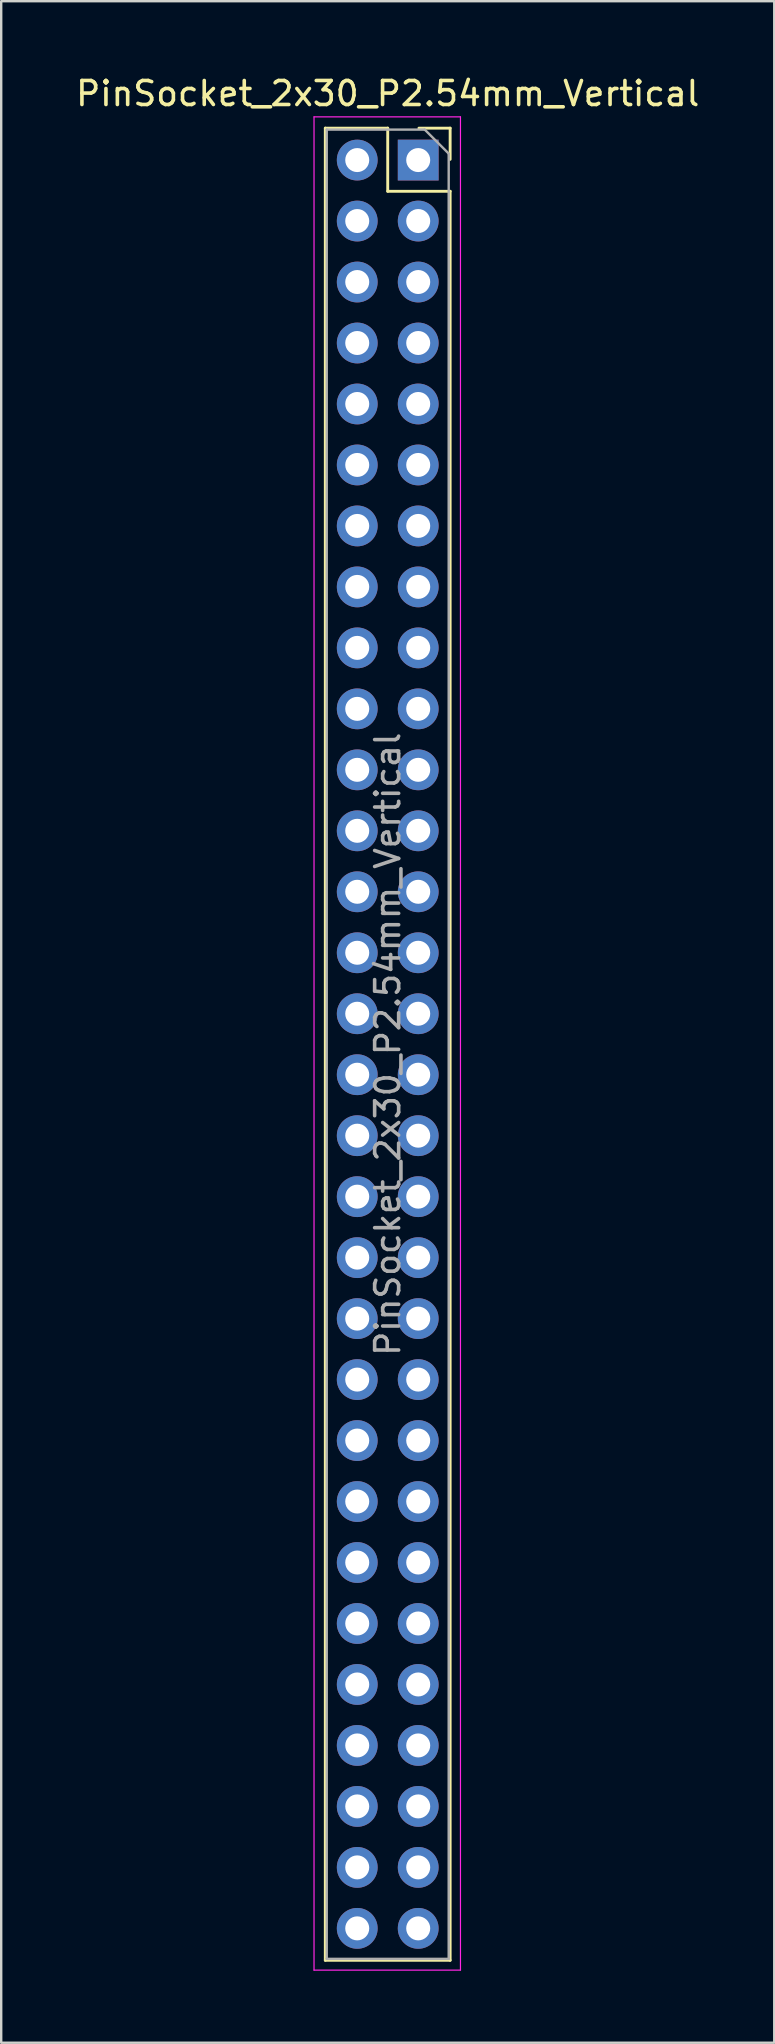
<source format=kicad_pcb>
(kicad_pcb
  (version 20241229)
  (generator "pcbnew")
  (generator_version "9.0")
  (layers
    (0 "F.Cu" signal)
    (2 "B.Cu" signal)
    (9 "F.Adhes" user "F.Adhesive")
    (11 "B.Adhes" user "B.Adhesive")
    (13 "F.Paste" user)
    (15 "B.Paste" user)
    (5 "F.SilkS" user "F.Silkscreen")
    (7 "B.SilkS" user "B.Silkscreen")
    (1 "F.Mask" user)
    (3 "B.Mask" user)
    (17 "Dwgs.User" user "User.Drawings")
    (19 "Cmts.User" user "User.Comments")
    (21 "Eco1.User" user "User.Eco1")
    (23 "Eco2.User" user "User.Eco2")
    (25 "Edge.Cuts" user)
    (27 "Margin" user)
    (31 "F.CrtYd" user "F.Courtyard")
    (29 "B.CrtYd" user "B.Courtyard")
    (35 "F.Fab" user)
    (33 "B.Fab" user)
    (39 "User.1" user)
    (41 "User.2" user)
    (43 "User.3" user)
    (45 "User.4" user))
  (footprint "PinSocket_2x30_P2.54mm_Vertical"
    (layer "F.Cu")
    (at 14.371 3.618)
    (property "Reference" "PinSocket_2x30_P2.54mm_Vertical" (at -1.27 -2.77 0) (layer "F.SilkS") (effects (font (size 1 1) (thickness 0.15))))
    (attr through_hole)
    (fp_line (start -3.87 -1.33) (end -3.87 74.99) (stroke (width 0.12) (type solid)) (layer "F.SilkS"))
    (fp_line (start -3.87 74.99) (end 1.33 74.99) (stroke (width 0.12) (type solid)) (layer "F.SilkS"))
    (fp_line (start -1.27 -1.33) (end -3.87 -1.33) (stroke (width 0.12) (type solid)) (layer "F.SilkS"))
    (fp_line (start -1.27 1.3) (end -1.27 -1.33) (stroke (width 0.12) (type solid)) (layer "F.SilkS"))
    (fp_line (start 1.33 -1.33) (end 0.03 -1.33) (stroke (width 0.12) (type solid)) (layer "F.SilkS"))
    (fp_line (start 1.33 -0.03) (end 1.33 -1.33) (stroke (width 0.12) (type solid)) (layer "F.SilkS"))
    (fp_line (start 1.33 1.3) (end -1.27 1.3) (stroke (width 0.12) (type solid)) (layer "F.SilkS"))
    (fp_line (start 1.33 74.99) (end 1.33 1.3) (stroke (width 0.12) (type solid)) (layer "F.SilkS"))
    (fp_line (start -4.34 -1.8) (end 1.76 -1.8) (stroke (width 0.05) (type solid)) (layer "F.CrtYd"))
    (fp_line (start -4.34 75.4) (end -4.34 -1.8) (stroke (width 0.05) (type solid)) (layer "F.CrtYd"))
    (fp_line (start 1.76 -1.8) (end 1.76 75.4) (stroke (width 0.05) (type solid)) (layer "F.CrtYd"))
    (fp_line (start 1.76 75.4) (end -4.34 75.4) (stroke (width 0.05) (type solid)) (layer "F.CrtYd"))
    (fp_line (start -3.81 -1.27) (end 0.27 -1.27) (stroke (width 0.1) (type solid)) (layer "F.Fab"))
    (fp_line (start -3.81 74.93) (end -3.81 -1.27) (stroke (width 0.1) (type solid)) (layer "F.Fab"))
    (fp_line (start 0.27 -1.27) (end 1.27 -0.27) (stroke (width 0.1) (type solid)) (layer "F.Fab"))
    (fp_line (start 1.27 -0.27) (end 1.27 74.93) (stroke (width 0.1) (type solid)) (layer "F.Fab"))
    (fp_line (start 1.27 74.93) (end -3.81 74.93) (stroke (width 0.1) (type solid)) (layer "F.Fab"))
    (fp_text user "${REFERENCE}" (at -1.27 36.83 90) (layer "F.Fab") (effects (font (size 1 1) (thickness 0.15))))
    (pad "1" thru_hole rect (at 0 0) (size 1.7 1.7) (drill 1) (layers "*.Cu" "*.Mask"))
    (pad "2" thru_hole oval (at -2.54 0) (size 1.7 1.7) (drill 1) (layers "*.Cu" "*.Mask"))
    (pad "3" thru_hole oval (at 0 2.54) (size 1.7 1.7) (drill 1) (layers "*.Cu" "*.Mask"))
    (pad "4" thru_hole oval (at -2.54 2.54) (size 1.7 1.7) (drill 1) (layers "*.Cu" "*.Mask"))
    (pad "5" thru_hole oval (at 0 5.08) (size 1.7 1.7) (drill 1) (layers "*.Cu" "*.Mask"))
    (pad "6" thru_hole oval (at -2.54 5.08) (size 1.7 1.7) (drill 1) (layers "*.Cu" "*.Mask"))
    (pad "7" thru_hole oval (at 0 7.62) (size 1.7 1.7) (drill 1) (layers "*.Cu" "*.Mask"))
    (pad "8" thru_hole oval (at -2.54 7.62) (size 1.7 1.7) (drill 1) (layers "*.Cu" "*.Mask"))
    (pad "9" thru_hole oval (at 0 10.16) (size 1.7 1.7) (drill 1) (layers "*.Cu" "*.Mask"))
    (pad "10" thru_hole oval (at -2.54 10.16) (size 1.7 1.7) (drill 1) (layers "*.Cu" "*.Mask"))
    (pad "11" thru_hole oval (at 0 12.7) (size 1.7 1.7) (drill 1) (layers "*.Cu" "*.Mask"))
    (pad "12" thru_hole oval (at -2.54 12.7) (size 1.7 1.7) (drill 1) (layers "*.Cu" "*.Mask"))
    (pad "13" thru_hole oval (at 0 15.24) (size 1.7 1.7) (drill 1) (layers "*.Cu" "*.Mask"))
    (pad "14" thru_hole oval (at -2.54 15.24) (size 1.7 1.7) (drill 1) (layers "*.Cu" "*.Mask"))
    (pad "15" thru_hole oval (at 0 17.78) (size 1.7 1.7) (drill 1) (layers "*.Cu" "*.Mask"))
    (pad "16" thru_hole oval (at -2.54 17.78) (size 1.7 1.7) (drill 1) (layers "*.Cu" "*.Mask"))
    (pad "17" thru_hole oval (at 0 20.32) (size 1.7 1.7) (drill 1) (layers "*.Cu" "*.Mask"))
    (pad "18" thru_hole oval (at -2.54 20.32) (size 1.7 1.7) (drill 1) (layers "*.Cu" "*.Mask"))
    (pad "19" thru_hole oval (at 0 22.86) (size 1.7 1.7) (drill 1) (layers "*.Cu" "*.Mask"))
    (pad "20" thru_hole oval (at -2.54 22.86) (size 1.7 1.7) (drill 1) (layers "*.Cu" "*.Mask"))
    (pad "21" thru_hole oval (at 0 25.4) (size 1.7 1.7) (drill 1) (layers "*.Cu" "*.Mask"))
    (pad "22" thru_hole oval (at -2.54 25.4) (size 1.7 1.7) (drill 1) (layers "*.Cu" "*.Mask"))
    (pad "23" thru_hole oval (at 0 27.94) (size 1.7 1.7) (drill 1) (layers "*.Cu" "*.Mask"))
    (pad "24" thru_hole oval (at -2.54 27.94) (size 1.7 1.7) (drill 1) (layers "*.Cu" "*.Mask"))
    (pad "25" thru_hole oval (at 0 30.48) (size 1.7 1.7) (drill 1) (layers "*.Cu" "*.Mask"))
    (pad "26" thru_hole oval (at -2.54 30.48) (size 1.7 1.7) (drill 1) (layers "*.Cu" "*.Mask"))
    (pad "27" thru_hole oval (at 0 33.02) (size 1.7 1.7) (drill 1) (layers "*.Cu" "*.Mask"))
    (pad "28" thru_hole oval (at -2.54 33.02) (size 1.7 1.7) (drill 1) (layers "*.Cu" "*.Mask"))
    (pad "29" thru_hole oval (at 0 35.56) (size 1.7 1.7) (drill 1) (layers "*.Cu" "*.Mask"))
    (pad "30" thru_hole oval (at -2.54 35.56) (size 1.7 1.7) (drill 1) (layers "*.Cu" "*.Mask"))
    (pad "31" thru_hole oval (at 0 38.1) (size 1.7 1.7) (drill 1) (layers "*.Cu" "*.Mask"))
    (pad "32" thru_hole oval (at -2.54 38.1) (size 1.7 1.7) (drill 1) (layers "*.Cu" "*.Mask"))
    (pad "33" thru_hole oval (at 0 40.64) (size 1.7 1.7) (drill 1) (layers "*.Cu" "*.Mask"))
    (pad "34" thru_hole oval (at -2.54 40.64) (size 1.7 1.7) (drill 1) (layers "*.Cu" "*.Mask"))
    (pad "35" thru_hole oval (at 0 43.18) (size 1.7 1.7) (drill 1) (layers "*.Cu" "*.Mask"))
    (pad "36" thru_hole oval (at -2.54 43.18) (size 1.7 1.7) (drill 1) (layers "*.Cu" "*.Mask"))
    (pad "37" thru_hole oval (at 0 45.72) (size 1.7 1.7) (drill 1) (layers "*.Cu" "*.Mask"))
    (pad "38" thru_hole oval (at -2.54 45.72) (size 1.7 1.7) (drill 1) (layers "*.Cu" "*.Mask"))
    (pad "39" thru_hole oval (at 0 48.26) (size 1.7 1.7) (drill 1) (layers "*.Cu" "*.Mask"))
    (pad "40" thru_hole oval (at -2.54 48.26) (size 1.7 1.7) (drill 1) (layers "*.Cu" "*.Mask"))
    (pad "41" thru_hole oval (at 0 50.8) (size 1.7 1.7) (drill 1) (layers "*.Cu" "*.Mask"))
    (pad "42" thru_hole oval (at -2.54 50.8) (size 1.7 1.7) (drill 1) (layers "*.Cu" "*.Mask"))
    (pad "43" thru_hole oval (at 0 53.34) (size 1.7 1.7) (drill 1) (layers "*.Cu" "*.Mask"))
    (pad "44" thru_hole oval (at -2.54 53.34) (size 1.7 1.7) (drill 1) (layers "*.Cu" "*.Mask"))
    (pad "45" thru_hole oval (at 0 55.88) (size 1.7 1.7) (drill 1) (layers "*.Cu" "*.Mask"))
    (pad "46" thru_hole oval (at -2.54 55.88) (size 1.7 1.7) (drill 1) (layers "*.Cu" "*.Mask"))
    (pad "47" thru_hole oval (at 0 58.42) (size 1.7 1.7) (drill 1) (layers "*.Cu" "*.Mask"))
    (pad "48" thru_hole oval (at -2.54 58.42) (size 1.7 1.7) (drill 1) (layers "*.Cu" "*.Mask"))
    (pad "49" thru_hole oval (at 0 60.96) (size 1.7 1.7) (drill 1) (layers "*.Cu" "*.Mask"))
    (pad "50" thru_hole oval (at -2.54 60.96) (size 1.7 1.7) (drill 1) (layers "*.Cu" "*.Mask"))
    (pad "51" thru_hole oval (at 0 63.5) (size 1.7 1.7) (drill 1) (layers "*.Cu" "*.Mask"))
    (pad "52" thru_hole oval (at -2.54 63.5) (size 1.7 1.7) (drill 1) (layers "*.Cu" "*.Mask"))
    (pad "53" thru_hole oval (at 0 66.04) (size 1.7 1.7) (drill 1) (layers "*.Cu" "*.Mask"))
    (pad "54" thru_hole oval (at -2.54 66.04) (size 1.7 1.7) (drill 1) (layers "*.Cu" "*.Mask"))
    (pad "55" thru_hole oval (at 0 68.58) (size 1.7 1.7) (drill 1) (layers "*.Cu" "*.Mask"))
    (pad "56" thru_hole oval (at -2.54 68.58) (size 1.7 1.7) (drill 1) (layers "*.Cu" "*.Mask"))
    (pad "57" thru_hole oval (at 0 71.12) (size 1.7 1.7) (drill 1) (layers "*.Cu" "*.Mask"))
    (pad "58" thru_hole oval (at -2.54 71.12) (size 1.7 1.7) (drill 1) (layers "*.Cu" "*.Mask"))
    (pad "59" thru_hole oval (at 0 73.66) (size 1.7 1.7) (drill 1) (layers "*.Cu" "*.Mask"))
    (pad "60" thru_hole oval (at -2.54 73.66) (size 1.7 1.7) (drill 1) (layers "*.Cu" "*.Mask")))
  (gr_rect
    (start -3 -3)
    (end 29.202 82.043)
    (stroke (width 0.1) (type default))
    (fill no)
    (layer "Edge.Cuts")))
</source>
